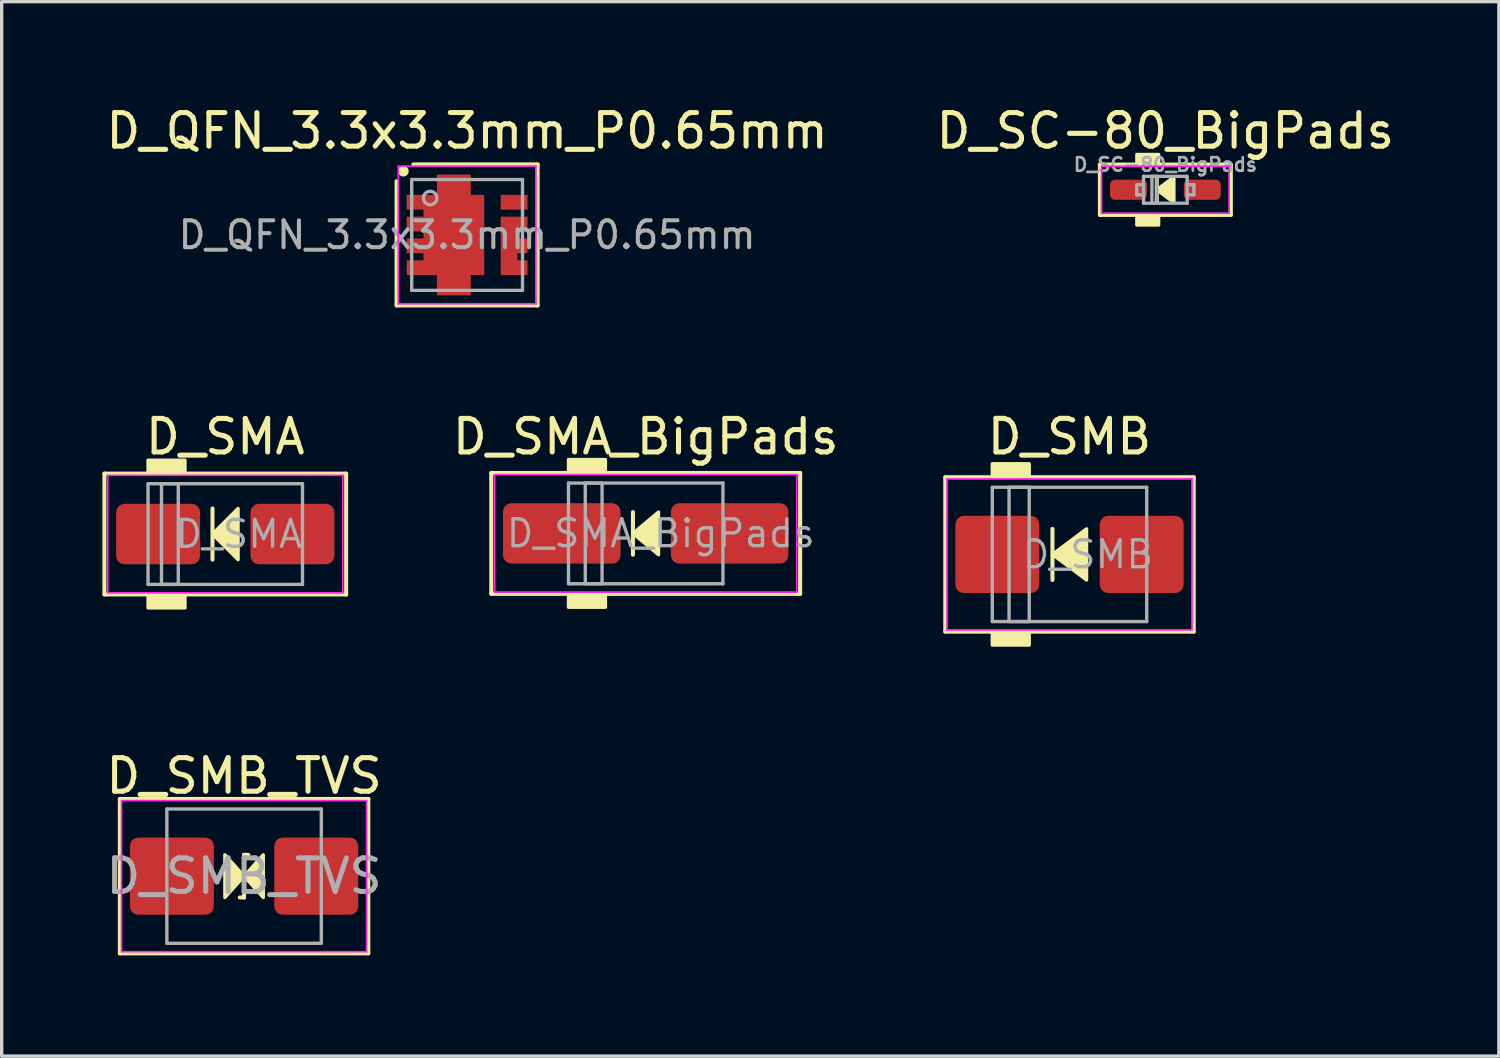
<source format=kicad_pcb>
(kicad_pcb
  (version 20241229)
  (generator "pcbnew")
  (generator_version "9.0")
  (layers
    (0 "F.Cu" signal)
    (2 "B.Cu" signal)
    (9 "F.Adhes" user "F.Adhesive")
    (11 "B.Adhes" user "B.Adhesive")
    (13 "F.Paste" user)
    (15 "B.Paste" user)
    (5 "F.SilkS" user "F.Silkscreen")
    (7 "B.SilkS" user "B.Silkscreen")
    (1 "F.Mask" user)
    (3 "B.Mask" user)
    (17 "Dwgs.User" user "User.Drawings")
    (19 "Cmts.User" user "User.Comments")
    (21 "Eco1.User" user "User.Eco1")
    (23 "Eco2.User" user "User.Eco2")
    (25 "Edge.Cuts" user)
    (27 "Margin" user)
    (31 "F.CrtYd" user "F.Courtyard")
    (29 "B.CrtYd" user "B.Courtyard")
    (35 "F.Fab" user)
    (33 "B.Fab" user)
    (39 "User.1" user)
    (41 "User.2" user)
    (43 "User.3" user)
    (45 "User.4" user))
  (footprint "D_SC-80_BigPads"
    (layer "F.Cu")
    (at 31.661 2.602)
    (property "Reference" "D_SC-80_BigPads" (at 0 -1.754 0) (layer "F.SilkS") (effects (font (size 1 1) (thickness 0.15))))
    (attr smd)
    (fp_line (start -1.95 -0.75) (end -1.95 0.75) (stroke (width 0.12) (type solid)) (layer "F.SilkS"))
    (fp_line (start -1.95 0.75) (end 1.95 0.75) (stroke (width 0.12) (type solid)) (layer "F.SilkS"))
    (fp_line (start -0.254 -0.381) (end -0.254 0.381) (stroke (width 0.12) (type solid)) (layer "F.SilkS"))
    (fp_line (start 1.95 -0.75) (end -1.95 -0.75) (stroke (width 0.12) (type solid)) (layer "F.SilkS"))
    (fp_line (start 1.95 0.75) (end 1.95 -0.75) (stroke (width 0.12) (type solid)) (layer "F.SilkS"))
    (fp_poly (pts (xy 0.254 0.381) (xy -0.254 0) (xy 0.254 -0.381)) (stroke (width 0.1) (type solid)) (fill yes) (layer "F.SilkS"))
    (fp_poly (pts (xy -0.2 -0.75) (xy -0.85 -0.75) (xy -0.85 -1.05) (xy -0.2 -1.05)) (stroke (width 0.1) (type solid)) (fill yes) (layer "F.SilkS"))
    (fp_poly (pts (xy -0.2 1.05) (xy -0.85 1.05) (xy -0.85 0.75) (xy -0.2 0.75)) (stroke (width 0.1) (type solid)) (fill yes) (layer "F.SilkS"))
    (fp_line (start -1.9 0.7) (end -1.9 -0.7) (stroke (width 0.05) (type solid)) (layer "F.CrtYd"))
    (fp_line (start -1.9 0.7) (end 1.9 0.7) (stroke (width 0.05) (type solid)) (layer "F.CrtYd"))
    (fp_line (start 1.9 -0.7) (end -1.9 -0.7) (stroke (width 0.05) (type solid)) (layer "F.CrtYd"))
    (fp_line (start 1.9 -0.7) (end 1.9 0.7) (stroke (width 0.05) (type solid)) (layer "F.CrtYd"))
    (fp_line (start -0.85 -0.15) (end -0.85 0.15) (stroke (width 0.1) (type solid)) (layer "F.Fab"))
    (fp_line (start -0.85 0.15) (end -0.65 0.15) (stroke (width 0.1) (type solid)) (layer "F.Fab"))
    (fp_line (start -0.65 -0.4) (end 0.65 -0.4) (stroke (width 0.1) (type solid)) (layer "F.Fab"))
    (fp_line (start -0.65 -0.15) (end -0.85 -0.15) (stroke (width 0.1) (type solid)) (layer "F.Fab"))
    (fp_line (start -0.65 0.4) (end -0.65 -0.4) (stroke (width 0.1) (type solid)) (layer "F.Fab"))
    (fp_line (start 0.65 -0.4) (end 0.65 0.4) (stroke (width 0.1) (type solid)) (layer "F.Fab"))
    (fp_line (start 0.65 0.15) (end 0.85 0.15) (stroke (width 0.1) (type solid)) (layer "F.Fab"))
    (fp_line (start 0.65 0.4) (end -0.65 0.4) (stroke (width 0.1) (type solid)) (layer "F.Fab"))
    (fp_line (start 0.85 -0.15) (end 0.65 -0.15) (stroke (width 0.1) (type solid)) (layer "F.Fab"))
    (fp_line (start 0.85 0.15) (end 0.85 -0.15) (stroke (width 0.1) (type solid)) (layer "F.Fab"))
    (fp_rect (start -0.25 -0.4) (end -0.4 0.4) (stroke (width 0.1) (type solid)) (fill no) (layer "F.Fab"))
    (fp_text user "${REFERENCE}" (at 0 -0.75 0) (layer "F.Fab") (effects (font (size 0.4 0.4) (thickness 0.08))))
    (pad "1" smd roundrect (at -1.1 0) (size 1.1 0.6) (layers "F.Cu" "F.Mask" "F.Paste") (roundrect_rratio 0.25))
    (pad "2" smd roundrect (at 1.1 0) (size 1.1 0.6) (layers "F.Cu" "F.Mask" "F.Paste") (roundrect_rratio 0.25)))
  (footprint "D_QFN_3.3x3.3mm_P0.65mm"
    (layer "F.Cu")
    (at 10.863 3.948)
    (property "Reference" "D_QFN_3.3x3.3mm_P0.65mm" (at 0 -3.1 0) (layer "F.SilkS") (effects (font (size 1 1) (thickness 0.15))))
    (attr smd)
    (fp_line (start -2.1 -1.6) (end -2.1 2.1) (stroke (width 0.12) (type solid)) (layer "F.SilkS"))
    (fp_line (start -2.1 2.1) (end 2.1 2.1) (stroke (width 0.12) (type solid)) (layer "F.SilkS"))
    (fp_line (start 2.1 -2.1) (end -1.6 -2.1) (stroke (width 0.12) (type solid)) (layer "F.SilkS"))
    (fp_line (start 2.1 2.1) (end 2.1 -2.1) (stroke (width 0.12) (type solid)) (layer "F.SilkS"))
    (fp_circle (center -1.9 -1.9) (end -1.8 -1.9) (stroke (width 0.12) (type solid)) (fill yes) (layer "F.SilkS"))
    (fp_line (start -2.05 -2.05) (end 2.05 -2.05) (stroke (width 0.05) (type solid)) (layer "F.CrtYd"))
    (fp_line (start -2.05 2.05) (end -2.05 -2.05) (stroke (width 0.05) (type solid)) (layer "F.CrtYd"))
    (fp_line (start -2.05 2.05) (end 2.05 2.05) (stroke (width 0.05) (type solid)) (layer "F.CrtYd"))
    (fp_line (start 2.05 2.05) (end 2.05 -2.05) (stroke (width 0.05) (type solid)) (layer "F.CrtYd"))
    (fp_line (start -1.65 -1.65) (end 1.65 -1.65) (stroke (width 0.1) (type solid)) (layer "F.Fab"))
    (fp_line (start -1.65 1.65) (end -1.65 -1.65) (stroke (width 0.1) (type solid)) (layer "F.Fab"))
    (fp_line (start 1.65 -1.65) (end 1.65 1.65) (stroke (width 0.1) (type solid)) (layer "F.Fab"))
    (fp_line (start 1.65 1.65) (end -1.65 1.65) (stroke (width 0.1) (type solid)) (layer "F.Fab"))
    (fp_circle (center -1.1 -1.1) (end -0.9 -1.1) (stroke (width 0.1) (type solid)) (fill no) (layer "F.Fab"))
    (fp_text user "${REFERENCE}" (at 0 0 0) (layer "F.Fab") (effects (font (size 0.8 0.8) (thickness 0.12))))
    (pad "" smd rect (at 1.4 -0.975) (size 0.8 0.44) (layers "F.Cu" "F.Mask" "F.Paste"))
    (pad "1" smd custom (at -0.645 0) (size 0.5 0.5) (layers "F.Cu" "F.Mask" "F.Paste") (options (anchor rect)) (primitives (gr_poly (pts (xy 0.755 -1.195) (xy 1.155 -1.195) (xy 1.155 1.195) (xy 0.755 1.195) (xy 0.755 1.8) (xy -0.255 1.8) (xy -0.255 1.195) (xy -1.155 1.195) (xy -1.155 0.755) (xy -0.655 0.755) (xy -0.655 0.545) (xy -1.155 0.545) (xy -1.155 0.105) (xy -0.655 0.105) (xy -0.655 -0.105) (xy -1.155 -0.105) (xy -1.155 -0.545) (xy -0.655 -0.545) (xy -0.655 -0.755) (xy -1.155 -0.755) (xy -1.155 -1.195) (xy -0.255 -1.195) (xy -0.255 -1.8) (xy 0.755 -1.8)) (width 0) (fill yes))))
    (pad "2" smd custom (at 1.4 0.325) (size 0.4 0.4) (layers "F.Cu" "F.Mask" "F.Paste") (options (anchor rect)) (primitives (gr_poly (pts (xy 0.4 -0.43) (xy 0.1 -0.43) (xy 0.1 -0.22) (xy 0.4 -0.22) (xy 0.4 0.22) (xy 0.1 0.22) (xy 0.1 0.43) (xy 0.4 0.43) (xy 0.4 0.87) (xy -0.4 0.87) (xy -0.4 -0.87) (xy 0.4 -0.87)) (width 0) (fill yes)))))
  (footprint "D_SMA"
    (layer "F.Cu")
    (at 3.66 12.857)
    (property "Reference" "D_SMA" (at 0 -2.9 0) (layer "F.SilkS") (effects (font (size 1 1) (thickness 0.15))))
    (attr smd)
    (fp_line (start -3.6 -1.8) (end -3.6 1.8) (stroke (width 0.12) (type solid)) (layer "F.SilkS"))
    (fp_line (start -3.6 1.8) (end 3.6 1.8) (stroke (width 0.12) (type solid)) (layer "F.SilkS"))
    (fp_line (start -0.381 -0.762) (end -0.381 0.762) (stroke (width 0.12) (type solid)) (layer "F.SilkS"))
    (fp_line (start 3.6 -1.8) (end -3.6 -1.8) (stroke (width 0.12) (type solid)) (layer "F.SilkS"))
    (fp_line (start 3.6 1.8) (end 3.6 -1.8) (stroke (width 0.12) (type solid)) (layer "F.SilkS"))
    (fp_poly (pts (xy 0.381 0.762) (xy -0.381 0) (xy 0.381 -0.762)) (stroke (width 0.1) (type solid)) (fill yes) (layer "F.SilkS"))
    (fp_poly (pts (xy -1.2 -1.8) (xy -2.3 -1.8) (xy -2.3 -2.2) (xy -1.2 -2.2)) (stroke (width 0.1) (type solid)) (fill yes) (layer "F.SilkS"))
    (fp_poly (pts (xy -1.2 2.2) (xy -2.3 2.2) (xy -2.3 1.8) (xy -1.2 1.8)) (stroke (width 0.1) (type solid)) (fill yes) (layer "F.SilkS"))
    (fp_line (start -3.5 -1.75) (end 3.5 -1.75) (stroke (width 0.05) (type solid)) (layer "F.CrtYd"))
    (fp_line (start -3.5 1.75) (end -3.5 -1.75) (stroke (width 0.05) (type solid)) (layer "F.CrtYd"))
    (fp_line (start 3.5 -1.75) (end 3.5 1.75) (stroke (width 0.05) (type solid)) (layer "F.CrtYd"))
    (fp_line (start 3.5 1.75) (end -3.5 1.75) (stroke (width 0.05) (type solid)) (layer "F.CrtYd"))
    (fp_line (start -2.3 1.5) (end -2.3 -1.5) (stroke (width 0.1) (type solid)) (layer "F.Fab"))
    (fp_line (start 2.3 -1.5) (end -2.3 -1.5) (stroke (width 0.1) (type solid)) (layer "F.Fab"))
    (fp_line (start 2.3 -1.5) (end 2.3 1.5) (stroke (width 0.1) (type solid)) (layer "F.Fab"))
    (fp_line (start 2.3 1.5) (end -2.3 1.5) (stroke (width 0.1) (type solid)) (layer "F.Fab"))
    (fp_rect (start -1.9 -1.5) (end -1.4 1.5) (stroke (width 0.1) (type solid)) (fill no) (layer "F.Fab"))
    (fp_text user "${REFERENCE}" (at 0.4 0 0) (layer "F.Fab") (effects (font (size 0.8 0.8) (thickness 0.1))))
    (pad "1" smd roundrect (at -2 0) (size 2.5 1.8) (layers "F.Cu" "F.Mask" "F.Paste") (roundrect_rratio 0.139))
    (pad "2" smd roundrect (at 2 0) (size 2.5 1.8) (layers "F.Cu" "F.Mask" "F.Paste") (roundrect_rratio 0.139)))
  (footprint "D_SMB"
    (layer "F.Cu")
    (at 28.806 13.464)
    (property "Reference" "D_SMB" (at 0 -3.508 0) (layer "F.SilkS") (effects (font (size 1 1) (thickness 0.15))))
    (attr smd)
    (fp_line (start -3.7 -2.3) (end -3.7 2.3) (stroke (width 0.12) (type solid)) (layer "F.SilkS"))
    (fp_line (start -3.7 2.3) (end 3.7 2.3) (stroke (width 0.12) (type solid)) (layer "F.SilkS"))
    (fp_line (start -0.508 -0.762) (end -0.508 0.762) (stroke (width 0.12) (type solid)) (layer "F.SilkS"))
    (fp_line (start 3.7 -2.3) (end -3.7 -2.3) (stroke (width 0.12) (type solid)) (layer "F.SilkS"))
    (fp_line (start 3.7 2.3) (end 3.7 -2.3) (stroke (width 0.12) (type solid)) (layer "F.SilkS"))
    (fp_poly (pts (xy 0.508 0.762) (xy -0.508 0) (xy 0.508 -0.762)) (stroke (width 0.1) (type solid)) (fill yes) (layer "F.SilkS"))
    (fp_poly (pts (xy -1.2 -2.3) (xy -2.3 -2.3) (xy -2.3 -2.7) (xy -1.2 -2.7)) (stroke (width 0.1) (type solid)) (fill yes) (layer "F.SilkS"))
    (fp_poly (pts (xy -1.2 2.7) (xy -2.3 2.7) (xy -2.3 2.3) (xy -1.2 2.3)) (stroke (width 0.1) (type solid)) (fill yes) (layer "F.SilkS"))
    (fp_line (start -3.65 -2.25) (end 3.65 -2.25) (stroke (width 0.05) (type solid)) (layer "F.CrtYd"))
    (fp_line (start -3.65 2.25) (end -3.65 -2.25) (stroke (width 0.05) (type solid)) (layer "F.CrtYd"))
    (fp_line (start 3.65 -2.25) (end 3.65 2.25) (stroke (width 0.05) (type solid)) (layer "F.CrtYd"))
    (fp_line (start 3.65 2.25) (end -3.65 2.25) (stroke (width 0.05) (type solid)) (layer "F.CrtYd"))
    (fp_line (start -2.3 2) (end -2.3 -2) (stroke (width 0.1) (type solid)) (layer "F.Fab"))
    (fp_line (start 2.3 -2) (end -2.3 -2) (stroke (width 0.1) (type solid)) (layer "F.Fab"))
    (fp_line (start 2.3 -2) (end 2.3 2) (stroke (width 0.1) (type solid)) (layer "F.Fab"))
    (fp_line (start 2.3 2) (end -2.3 2) (stroke (width 0.1) (type solid)) (layer "F.Fab"))
    (fp_rect (start -1.8 -2) (end -1.2 2) (stroke (width 0.1) (type solid)) (fill no) (layer "F.Fab"))
    (fp_text user "${REFERENCE}" (at 0.55 0 0) (layer "F.Fab") (effects (font (size 0.8 0.8) (thickness 0.1))))
    (pad "1" smd roundrect (at -2.15 0) (size 2.5 2.3) (layers "F.Cu" "F.Mask" "F.Paste") (roundrect_rratio 0.109))
    (pad "2" smd roundrect (at 2.15 0) (size 2.5 2.3) (layers "F.Cu" "F.Mask" "F.Paste") (roundrect_rratio 0.109)))
  (footprint "D_SMA_BigPads"
    (layer "F.Cu")
    (at 16.183 12.838)
    (property "Reference" "D_SMA_BigPads" (at 0 -2.881 0) (layer "F.SilkS") (effects (font (size 1 1) (thickness 0.15))))
    (attr smd)
    (fp_line (start -4.6 -1.8) (end -4.6 1.8) (stroke (width 0.12) (type solid)) (layer "F.SilkS"))
    (fp_line (start -4.6 1.8) (end 4.6 1.8) (stroke (width 0.12) (type solid)) (layer "F.SilkS"))
    (fp_line (start -0.381 -0.635) (end -0.381 0.635) (stroke (width 0.12) (type solid)) (layer "F.SilkS"))
    (fp_line (start 4.6 -1.8) (end -4.6 -1.8) (stroke (width 0.12) (type solid)) (layer "F.SilkS"))
    (fp_line (start 4.6 1.8) (end 4.6 -1.8) (stroke (width 0.12) (type solid)) (layer "F.SilkS"))
    (fp_poly (pts (xy 0.381 0.635) (xy -0.381 0) (xy 0.381 -0.635)) (stroke (width 0.1) (type solid)) (fill yes) (layer "F.SilkS"))
    (fp_poly (pts (xy -1.2 -1.8) (xy -2.3 -1.8) (xy -2.3 -2.2) (xy -1.2 -2.2)) (stroke (width 0.1) (type solid)) (fill yes) (layer "F.SilkS"))
    (fp_poly (pts (xy -1.2 2.2) (xy -2.3 2.2) (xy -2.3 1.8) (xy -1.2 1.8)) (stroke (width 0.1) (type solid)) (fill yes) (layer "F.SilkS"))
    (fp_line (start -4.5 -1.75) (end 4.5 -1.75) (stroke (width 0.05) (type solid)) (layer "F.CrtYd"))
    (fp_line (start -4.5 1.75) (end -4.5 -1.75) (stroke (width 0.05) (type solid)) (layer "F.CrtYd"))
    (fp_line (start 4.5 -1.75) (end 4.5 1.75) (stroke (width 0.05) (type solid)) (layer "F.CrtYd"))
    (fp_line (start 4.5 1.75) (end -4.5 1.75) (stroke (width 0.05) (type solid)) (layer "F.CrtYd"))
    (fp_line (start -2.3 1.5) (end -2.3 -1.5) (stroke (width 0.1) (type solid)) (layer "F.Fab"))
    (fp_line (start 2.3 -1.5) (end -2.3 -1.5) (stroke (width 0.1) (type solid)) (layer "F.Fab"))
    (fp_line (start 2.3 -1.5) (end 2.3 1.5) (stroke (width 0.1) (type solid)) (layer "F.Fab"))
    (fp_line (start 2.3 1.5) (end -2.3 1.5) (stroke (width 0.1) (type solid)) (layer "F.Fab"))
    (fp_rect (start -1.8 -1.5) (end -1.3 1.5) (stroke (width 0.1) (type solid)) (fill no) (layer "F.Fab"))
    (fp_text user "${REFERENCE}" (at 0.45 0 0) (layer "F.Fab") (effects (font (size 0.8 0.8) (thickness 0.1))))
    (pad "1" smd roundrect (at -2.5 0) (size 3.5 1.8) (layers "F.Cu" "F.Mask" "F.Paste") (roundrect_rratio 0.139))
    (pad "2" smd roundrect (at 2.5 0) (size 3.5 1.8) (layers "F.Cu" "F.Mask" "F.Paste") (roundrect_rratio 0.139)))
  (footprint "D_SMB_TVS"
    (layer "F.Cu")
    (at 4.22 23.047)
    (property "Reference" "D_SMB_TVS" (at 0 -2.985 0) (layer "F.SilkS") (effects (font (size 1 1) (thickness 0.15))))
    (attr smd)
    (fp_line (start -3.7 -2.3) (end -3.7 2.3) (stroke (width 0.12) (type solid)) (layer "F.SilkS"))
    (fp_line (start -3.7 2.3) (end 3.7 2.3) (stroke (width 0.12) (type solid)) (layer "F.SilkS"))
    (fp_line (start -0.127 0.635) (end 0 0.635) (stroke (width 0.12) (type solid)) (layer "F.SilkS"))
    (fp_line (start 0 -0.635) (end 0 0.635) (stroke (width 0.12) (type solid)) (layer "F.SilkS"))
    (fp_line (start 0 -0.635) (end 0.127 -0.635) (stroke (width 0.12) (type solid)) (layer "F.SilkS"))
    (fp_line (start 3.7 -2.3) (end -3.7 -2.3) (stroke (width 0.12) (type solid)) (layer "F.SilkS"))
    (fp_line (start 3.7 2.3) (end 3.7 -2.3) (stroke (width 0.12) (type solid)) (layer "F.SilkS"))
    (fp_poly (pts (xy 0 0) (xy -0.572 0.635) (xy -0.572 -0.635)) (stroke (width 0.1) (type solid)) (fill yes) (layer "F.SilkS"))
    (fp_poly (pts (xy 0 0) (xy 0.572 -0.635) (xy 0.572 0.635)) (stroke (width 0.1) (type solid)) (fill yes) (layer "F.SilkS"))
    (fp_line (start -3.65 -2.25) (end 3.65 -2.25) (stroke (width 0.05) (type solid)) (layer "F.CrtYd"))
    (fp_line (start -3.65 2.25) (end -3.65 -2.25) (stroke (width 0.05) (type solid)) (layer "F.CrtYd"))
    (fp_line (start 3.65 -2.25) (end 3.65 2.25) (stroke (width 0.05) (type solid)) (layer "F.CrtYd"))
    (fp_line (start 3.65 2.25) (end -3.65 2.25) (stroke (width 0.05) (type solid)) (layer "F.CrtYd"))
    (fp_line (start -2.3 2) (end -2.3 -2) (stroke (width 0.1) (type solid)) (layer "F.Fab"))
    (fp_line (start 2.3 -2) (end -2.3 -2) (stroke (width 0.1) (type solid)) (layer "F.Fab"))
    (fp_line (start 2.3 -2) (end 2.3 2) (stroke (width 0.1) (type solid)) (layer "F.Fab"))
    (fp_line (start 2.3 2) (end -2.3 2) (stroke (width 0.1) (type solid)) (layer "F.Fab"))
    (fp_text user "${REFERENCE}" (at 0 0 0) (layer "F.Fab") (effects (font (size 1 1) (thickness 0.15))))
    (pad "1" smd roundrect (at -2.15 0) (size 2.5 2.3) (layers "F.Cu" "F.Mask" "F.Paste") (roundrect_rratio 0.109))
    (pad "2" smd roundrect (at 2.15 0) (size 2.5 2.3) (layers "F.Cu" "F.Mask" "F.Paste") (roundrect_rratio 0.109)))
  (gr_rect
    (start -3 -3)
    (end 41.595 28.407)
    (stroke (width 0.1) (type default))
    (fill no)
    (layer "Edge.Cuts")))
</source>
